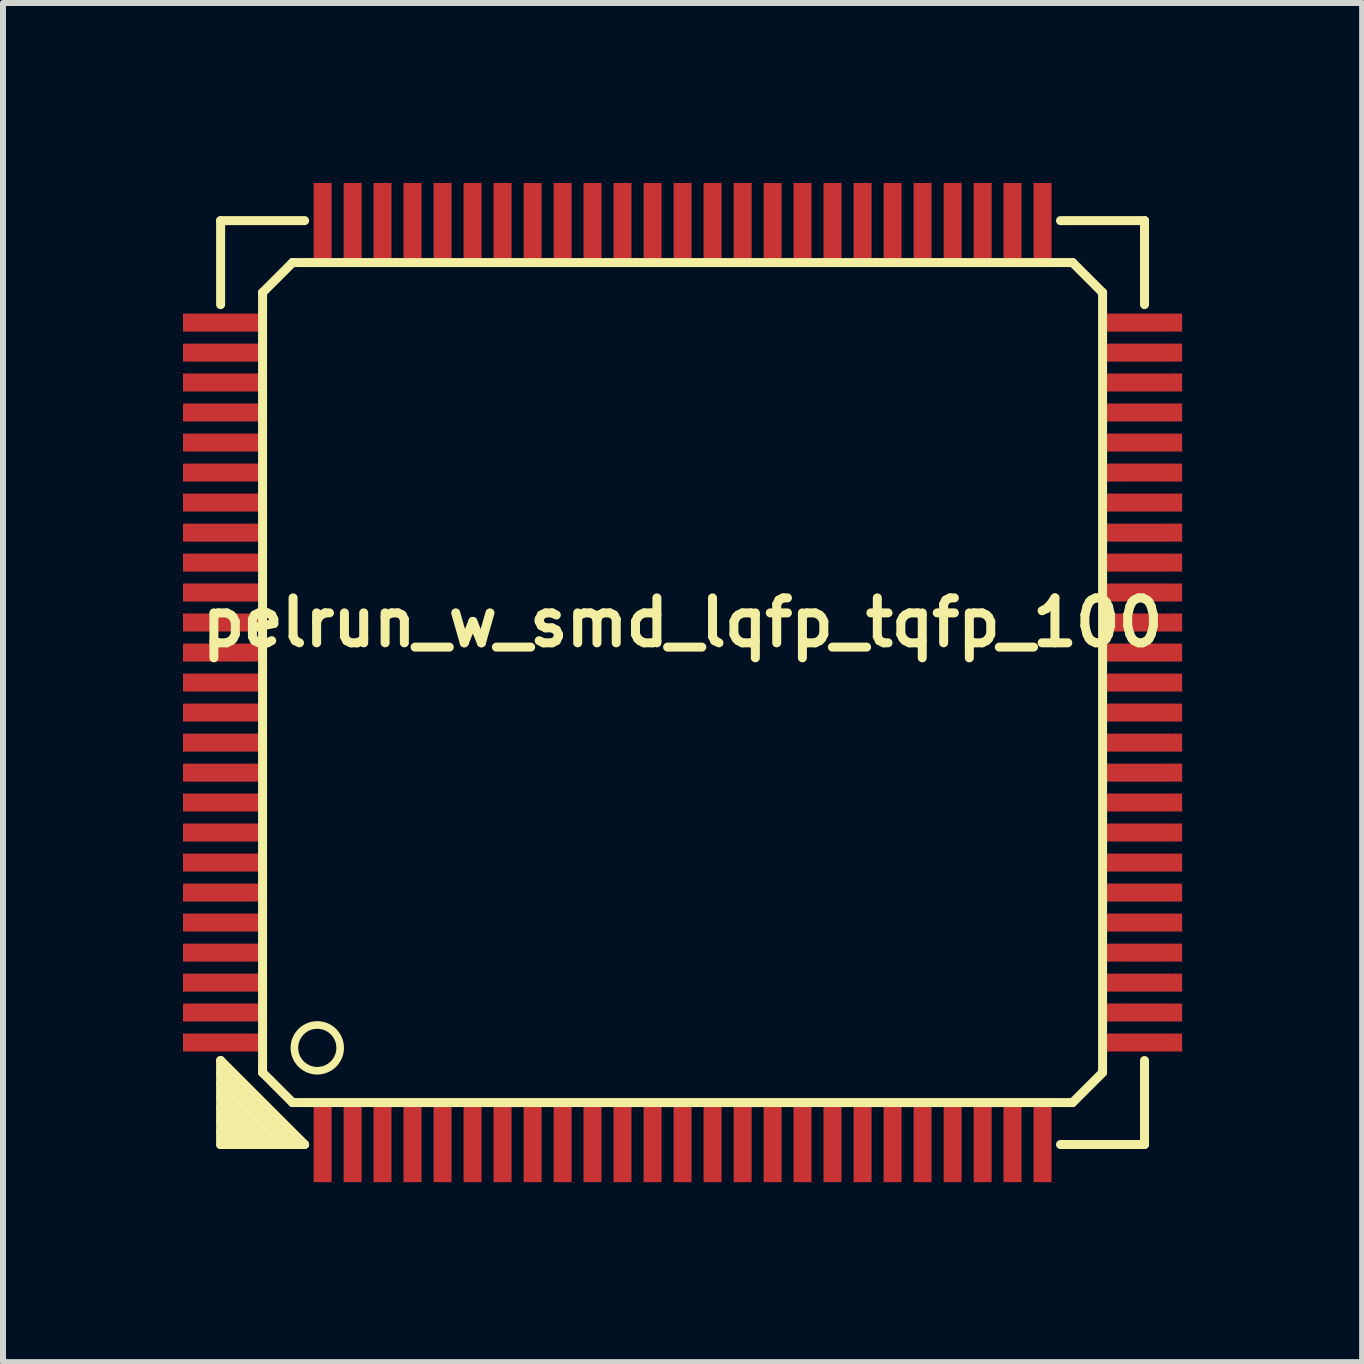
<source format=kicad_pcb>
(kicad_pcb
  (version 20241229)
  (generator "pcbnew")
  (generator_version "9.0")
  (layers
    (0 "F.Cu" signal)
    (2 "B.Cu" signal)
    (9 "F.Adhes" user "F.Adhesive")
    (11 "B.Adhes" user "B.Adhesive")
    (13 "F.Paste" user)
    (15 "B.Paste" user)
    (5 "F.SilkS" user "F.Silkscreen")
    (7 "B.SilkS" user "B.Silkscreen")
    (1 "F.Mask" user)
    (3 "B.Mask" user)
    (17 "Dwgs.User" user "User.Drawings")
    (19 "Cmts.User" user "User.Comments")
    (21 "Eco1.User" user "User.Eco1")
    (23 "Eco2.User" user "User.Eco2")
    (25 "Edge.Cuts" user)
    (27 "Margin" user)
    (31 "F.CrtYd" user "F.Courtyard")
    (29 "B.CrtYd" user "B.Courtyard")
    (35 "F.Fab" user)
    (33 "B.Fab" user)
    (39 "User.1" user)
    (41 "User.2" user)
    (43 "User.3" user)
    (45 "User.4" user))
  (footprint "pelrun_w_smd_lqfp_tqfp_100"
    (layer "F.Cu")
    (at 8.326 8.326)
    (property "Reference" "pelrun_w_smd_lqfp_tqfp_100" (at 0 -1.001 0) (layer "F.SilkS") (effects (font (size 0.749 0.749) (thickness 0.15))))
    (attr through_hole)
    (fp_line (start -7.699 -7.699) (end -6.299 -7.699) (stroke (width 0.15) (type solid)) (layer "F.SilkS"))
    (fp_line (start -7.699 -6.299) (end -7.699 -7.699) (stroke (width 0.15) (type solid)) (layer "F.SilkS"))
    (fp_line (start -7.699 6.299) (end -6.299 7.699) (stroke (width 0.15) (type solid)) (layer "F.SilkS"))
    (fp_line (start -7.699 6.701) (end -6.701 7.699) (stroke (width 0.15) (type solid)) (layer "F.SilkS"))
    (fp_line (start -7.699 7.099) (end -7.099 7.699) (stroke (width 0.15) (type solid)) (layer "F.SilkS"))
    (fp_line (start -7.699 7.501) (end -7.501 7.699) (stroke (width 0.15) (type solid)) (layer "F.SilkS"))
    (fp_line (start -7.699 7.699) (end -7.699 6.299) (stroke (width 0.15) (type solid)) (layer "F.SilkS"))
    (fp_line (start -7.3 7.699) (end -7.699 7.3) (stroke (width 0.15) (type solid)) (layer "F.SilkS"))
    (fp_line (start -7 -6.5) (end -6.5 -7) (stroke (width 0.15) (type solid)) (layer "F.SilkS"))
    (fp_line (start -7 6.5) (end -7 -6.5) (stroke (width 0.15) (type solid)) (layer "F.SilkS"))
    (fp_line (start -6.901 7.699) (end -7.699 6.901) (stroke (width 0.15) (type solid)) (layer "F.SilkS"))
    (fp_line (start -6.5 -7) (end 6.5 -7) (stroke (width 0.15) (type solid)) (layer "F.SilkS"))
    (fp_line (start -6.5 7) (end -7 6.5) (stroke (width 0.15) (type solid)) (layer "F.SilkS"))
    (fp_line (start -6.5 7.699) (end -7.699 6.5) (stroke (width 0.15) (type solid)) (layer "F.SilkS"))
    (fp_line (start -6.299 7.699) (end -7.699 7.699) (stroke (width 0.15) (type solid)) (layer "F.SilkS"))
    (fp_line (start 6.299 -7.699) (end 7.699 -7.699) (stroke (width 0.15) (type solid)) (layer "F.SilkS"))
    (fp_line (start 6.5 -7) (end 7 -6.5) (stroke (width 0.15) (type solid)) (layer "F.SilkS"))
    (fp_line (start 6.5 7) (end -6.5 7) (stroke (width 0.15) (type solid)) (layer "F.SilkS"))
    (fp_line (start 7 -6.5) (end 7 6.5) (stroke (width 0.15) (type solid)) (layer "F.SilkS"))
    (fp_line (start 7 6.5) (end 6.5 7) (stroke (width 0.15) (type solid)) (layer "F.SilkS"))
    (fp_line (start 7.699 -7.699) (end 7.699 -6.401) (stroke (width 0.15) (type solid)) (layer "F.SilkS"))
    (fp_line (start 7.699 -6.401) (end 7.699 -6.299) (stroke (width 0.15) (type solid)) (layer "F.SilkS"))
    (fp_line (start 7.699 6.299) (end 7.699 7.699) (stroke (width 0.15) (type solid)) (layer "F.SilkS"))
    (fp_line (start 7.699 7.699) (end 6.299 7.699) (stroke (width 0.15) (type solid)) (layer "F.SilkS"))
    (fp_circle (center -6.088 6.088) (end -6.317 6.393) (stroke (width 0.127) (type solid)) (fill no) (layer "F.SilkS"))
    (pad "1" smd rect (at -5.999 7.676) (size 0.3 1.3) (layers "F.Cu" "F.Mask" "F.Paste"))
    (pad "2" smd rect (at -5.499 7.676) (size 0.3 1.3) (layers "F.Cu" "F.Mask" "F.Paste"))
    (pad "3" smd rect (at -5.001 7.676) (size 0.3 1.3) (layers "F.Cu" "F.Mask" "F.Paste"))
    (pad "4" smd rect (at -4.501 7.676) (size 0.3 1.3) (layers "F.Cu" "F.Mask" "F.Paste"))
    (pad "5" smd rect (at -4 7.676) (size 0.3 1.3) (layers "F.Cu" "F.Mask" "F.Paste"))
    (pad "6" smd rect (at -3.5 7.676) (size 0.3 1.3) (layers "F.Cu" "F.Mask" "F.Paste"))
    (pad "7" smd rect (at -3 7.676) (size 0.3 1.3) (layers "F.Cu" "F.Mask" "F.Paste"))
    (pad "8" smd rect (at -2.499 7.676) (size 0.3 1.3) (layers "F.Cu" "F.Mask" "F.Paste"))
    (pad "9" smd rect (at -1.999 7.676) (size 0.3 1.3) (layers "F.Cu" "F.Mask" "F.Paste"))
    (pad "10" smd rect (at -1.501 7.676) (size 0.3 1.3) (layers "F.Cu" "F.Mask" "F.Paste"))
    (pad "11" smd rect (at -1.001 7.676) (size 0.3 1.3) (layers "F.Cu" "F.Mask" "F.Paste"))
    (pad "12" smd rect (at -0.5 7.676) (size 0.3 1.3) (layers "F.Cu" "F.Mask" "F.Paste"))
    (pad "13" smd rect (at 0 7.676) (size 0.3 1.3) (layers "F.Cu" "F.Mask" "F.Paste"))
    (pad "14" smd rect (at 0.5 7.676) (size 0.3 1.3) (layers "F.Cu" "F.Mask" "F.Paste"))
    (pad "15" smd rect (at 1.001 7.676) (size 0.3 1.3) (layers "F.Cu" "F.Mask" "F.Paste"))
    (pad "16" smd rect (at 1.501 7.676) (size 0.3 1.3) (layers "F.Cu" "F.Mask" "F.Paste"))
    (pad "17" smd rect (at 1.999 7.676) (size 0.3 1.3) (layers "F.Cu" "F.Mask" "F.Paste"))
    (pad "18" smd rect (at 2.499 7.676) (size 0.3 1.3) (layers "F.Cu" "F.Mask" "F.Paste"))
    (pad "19" smd rect (at 3 7.676) (size 0.3 1.3) (layers "F.Cu" "F.Mask" "F.Paste"))
    (pad "20" smd rect (at 3.5 7.676) (size 0.3 1.3) (layers "F.Cu" "F.Mask" "F.Paste"))
    (pad "21" smd rect (at 4 7.676) (size 0.3 1.3) (layers "F.Cu" "F.Mask" "F.Paste"))
    (pad "22" smd rect (at 4.501 7.676) (size 0.3 1.3) (layers "F.Cu" "F.Mask" "F.Paste"))
    (pad "23" smd rect (at 5.001 7.676) (size 0.3 1.3) (layers "F.Cu" "F.Mask" "F.Paste"))
    (pad "24" smd rect (at 5.499 7.676) (size 0.3 1.3) (layers "F.Cu" "F.Mask" "F.Paste"))
    (pad "25" smd rect (at 5.999 7.676) (size 0.3 1.3) (layers "F.Cu" "F.Mask" "F.Paste"))
    (pad "26" smd rect (at 7.676 5.999) (size 1.3 0.3) (layers "F.Cu" "F.Mask" "F.Paste"))
    (pad "27" smd rect (at 7.676 5.499) (size 1.3 0.3) (layers "F.Cu" "F.Mask" "F.Paste"))
    (pad "28" smd rect (at 7.676 5.001) (size 1.3 0.3) (layers "F.Cu" "F.Mask" "F.Paste"))
    (pad "29" smd rect (at 7.676 4.501) (size 1.3 0.3) (layers "F.Cu" "F.Mask" "F.Paste"))
    (pad "30" smd rect (at 7.676 4) (size 1.3 0.3) (layers "F.Cu" "F.Mask" "F.Paste"))
    (pad "31" smd rect (at 7.676 3.5) (size 1.3 0.3) (layers "F.Cu" "F.Mask" "F.Paste"))
    (pad "32" smd rect (at 7.676 3) (size 1.3 0.3) (layers "F.Cu" "F.Mask" "F.Paste"))
    (pad "33" smd rect (at 7.676 2.499) (size 1.3 0.3) (layers "F.Cu" "F.Mask" "F.Paste"))
    (pad "34" smd rect (at 7.676 1.999) (size 1.3 0.3) (layers "F.Cu" "F.Mask" "F.Paste"))
    (pad "35" smd rect (at 7.676 1.501) (size 1.3 0.3) (layers "F.Cu" "F.Mask" "F.Paste"))
    (pad "36" smd rect (at 7.676 1.001) (size 1.3 0.3) (layers "F.Cu" "F.Mask" "F.Paste"))
    (pad "37" smd rect (at 7.676 0.5) (size 1.3 0.3) (layers "F.Cu" "F.Mask" "F.Paste"))
    (pad "38" smd rect (at 7.676 0) (size 1.3 0.3) (layers "F.Cu" "F.Mask" "F.Paste"))
    (pad "39" smd rect (at 7.676 -0.5) (size 1.3 0.3) (layers "F.Cu" "F.Mask" "F.Paste"))
    (pad "40" smd rect (at 7.676 -1.001) (size 1.3 0.3) (layers "F.Cu" "F.Mask" "F.Paste"))
    (pad "41" smd rect (at 7.676 -1.501) (size 1.3 0.3) (layers "F.Cu" "F.Mask" "F.Paste"))
    (pad "42" smd rect (at 7.676 -1.999) (size 1.3 0.3) (layers "F.Cu" "F.Mask" "F.Paste"))
    (pad "43" smd rect (at 7.676 -2.499) (size 1.3 0.3) (layers "F.Cu" "F.Mask" "F.Paste"))
    (pad "44" smd rect (at 7.676 -3) (size 1.3 0.3) (layers "F.Cu" "F.Mask" "F.Paste"))
    (pad "45" smd rect (at 7.676 -3.5) (size 1.3 0.3) (layers "F.Cu" "F.Mask" "F.Paste"))
    (pad "46" smd rect (at 7.676 -4) (size 1.3 0.3) (layers "F.Cu" "F.Mask" "F.Paste"))
    (pad "47" smd rect (at 7.676 -4.501) (size 1.3 0.3) (layers "F.Cu" "F.Mask" "F.Paste"))
    (pad "48" smd rect (at 7.676 -5.001) (size 1.3 0.3) (layers "F.Cu" "F.Mask" "F.Paste"))
    (pad "49" smd rect (at 7.676 -5.499) (size 1.3 0.3) (layers "F.Cu" "F.Mask" "F.Paste"))
    (pad "50" smd rect (at 7.676 -5.999) (size 1.3 0.3) (layers "F.Cu" "F.Mask" "F.Paste"))
    (pad "51" smd rect (at 5.999 -7.676) (size 0.3 1.3) (layers "F.Cu" "F.Mask" "F.Paste"))
    (pad "52" smd rect (at 5.499 -7.676) (size 0.3 1.3) (layers "F.Cu" "F.Mask" "F.Paste"))
    (pad "53" smd rect (at 5.001 -7.676) (size 0.3 1.3) (layers "F.Cu" "F.Mask" "F.Paste"))
    (pad "54" smd rect (at 4.501 -7.676) (size 0.3 1.3) (layers "F.Cu" "F.Mask" "F.Paste"))
    (pad "55" smd rect (at 4 -7.676) (size 0.3 1.3) (layers "F.Cu" "F.Mask" "F.Paste"))
    (pad "56" smd rect (at 3.5 -7.676) (size 0.3 1.3) (layers "F.Cu" "F.Mask" "F.Paste"))
    (pad "57" smd rect (at 3 -7.676) (size 0.3 1.3) (layers "F.Cu" "F.Mask" "F.Paste"))
    (pad "58" smd rect (at 2.499 -7.676) (size 0.3 1.3) (layers "F.Cu" "F.Mask" "F.Paste"))
    (pad "59" smd rect (at 1.999 -7.676) (size 0.3 1.3) (layers "F.Cu" "F.Mask" "F.Paste"))
    (pad "60" smd rect (at 1.501 -7.676) (size 0.3 1.3) (layers "F.Cu" "F.Mask" "F.Paste"))
    (pad "61" smd rect (at 1.001 -7.676) (size 0.3 1.3) (layers "F.Cu" "F.Mask" "F.Paste"))
    (pad "62" smd rect (at 0.5 -7.676) (size 0.3 1.3) (layers "F.Cu" "F.Mask" "F.Paste"))
    (pad "63" smd rect (at 0 -7.676) (size 0.3 1.3) (layers "F.Cu" "F.Mask" "F.Paste"))
    (pad "64" smd rect (at -0.5 -7.676) (size 0.3 1.3) (layers "F.Cu" "F.Mask" "F.Paste"))
    (pad "65" smd rect (at -1.001 -7.676) (size 0.3 1.3) (layers "F.Cu" "F.Mask" "F.Paste"))
    (pad "66" smd rect (at -1.501 -7.676) (size 0.3 1.3) (layers "F.Cu" "F.Mask" "F.Paste"))
    (pad "67" smd rect (at -1.999 -7.676) (size 0.3 1.3) (layers "F.Cu" "F.Mask" "F.Paste"))
    (pad "68" smd rect (at -2.499 -7.676) (size 0.3 1.3) (layers "F.Cu" "F.Mask" "F.Paste"))
    (pad "69" smd rect (at -3 -7.676) (size 0.3 1.3) (layers "F.Cu" "F.Mask" "F.Paste"))
    (pad "70" smd rect (at -3.5 -7.676) (size 0.3 1.3) (layers "F.Cu" "F.Mask" "F.Paste"))
    (pad "71" smd rect (at -4 -7.676) (size 0.3 1.3) (layers "F.Cu" "F.Mask" "F.Paste"))
    (pad "72" smd rect (at -4.501 -7.676) (size 0.3 1.3) (layers "F.Cu" "F.Mask" "F.Paste"))
    (pad "73" smd rect (at -5.001 -7.676) (size 0.3 1.3) (layers "F.Cu" "F.Mask" "F.Paste"))
    (pad "74" smd rect (at -5.499 -7.676) (size 0.3 1.3) (layers "F.Cu" "F.Mask" "F.Paste"))
    (pad "75" smd rect (at -5.999 -7.676) (size 0.3 1.3) (layers "F.Cu" "F.Mask" "F.Paste"))
    (pad "76" smd rect (at -7.676 -5.999) (size 1.3 0.3) (layers "F.Cu" "F.Mask" "F.Paste"))
    (pad "77" smd rect (at -7.676 -5.499) (size 1.3 0.3) (layers "F.Cu" "F.Mask" "F.Paste"))
    (pad "78" smd rect (at -7.676 -5.001) (size 1.3 0.3) (layers "F.Cu" "F.Mask" "F.Paste"))
    (pad "79" smd rect (at -7.676 -4.501) (size 1.3 0.3) (layers "F.Cu" "F.Mask" "F.Paste"))
    (pad "80" smd rect (at -7.676 -4) (size 1.3 0.3) (layers "F.Cu" "F.Mask" "F.Paste"))
    (pad "81" smd rect (at -7.676 -3.5) (size 1.3 0.3) (layers "F.Cu" "F.Mask" "F.Paste"))
    (pad "82" smd rect (at -7.676 -3) (size 1.3 0.3) (layers "F.Cu" "F.Mask" "F.Paste"))
    (pad "83" smd rect (at -7.676 -2.499) (size 1.3 0.3) (layers "F.Cu" "F.Mask" "F.Paste"))
    (pad "84" smd rect (at -7.676 -1.999) (size 1.3 0.3) (layers "F.Cu" "F.Mask" "F.Paste"))
    (pad "85" smd rect (at -7.676 -1.501) (size 1.3 0.3) (layers "F.Cu" "F.Mask" "F.Paste"))
    (pad "86" smd rect (at -7.676 -1.001) (size 1.3 0.3) (layers "F.Cu" "F.Mask" "F.Paste"))
    (pad "87" smd rect (at -7.676 -0.5) (size 1.3 0.3) (layers "F.Cu" "F.Mask" "F.Paste"))
    (pad "88" smd rect (at -7.676 0) (size 1.3 0.3) (layers "F.Cu" "F.Mask" "F.Paste"))
    (pad "89" smd rect (at -7.676 0.5) (size 1.3 0.3) (layers "F.Cu" "F.Mask" "F.Paste"))
    (pad "90" smd rect (at -7.676 1.001) (size 1.3 0.3) (layers "F.Cu" "F.Mask" "F.Paste"))
    (pad "91" smd rect (at -7.676 1.501) (size 1.3 0.3) (layers "F.Cu" "F.Mask" "F.Paste"))
    (pad "92" smd rect (at -7.676 1.999) (size 1.3 0.3) (layers "F.Cu" "F.Mask" "F.Paste"))
    (pad "93" smd rect (at -7.676 2.499) (size 1.3 0.3) (layers "F.Cu" "F.Mask" "F.Paste"))
    (pad "94" smd rect (at -7.676 3) (size 1.3 0.3) (layers "F.Cu" "F.Mask" "F.Paste"))
    (pad "95" smd rect (at -7.676 3.5) (size 1.3 0.3) (layers "F.Cu" "F.Mask" "F.Paste"))
    (pad "96" smd rect (at -7.676 4) (size 1.3 0.3) (layers "F.Cu" "F.Mask" "F.Paste"))
    (pad "97" smd rect (at -7.676 4.501) (size 1.3 0.3) (layers "F.Cu" "F.Mask" "F.Paste"))
    (pad "98" smd rect (at -7.676 5.001) (size 1.3 0.3) (layers "F.Cu" "F.Mask" "F.Paste"))
    (pad "99" smd rect (at -7.676 5.499) (size 1.3 0.3) (layers "F.Cu" "F.Mask" "F.Paste"))
    (pad "100" smd rect (at -7.676 5.999) (size 1.3 0.3) (layers "F.Cu" "F.Mask" "F.Paste")))
  (gr_rect
    (start -3 -3)
    (end 19.652 19.652)
    (stroke (width 0.1) (type default))
    (fill no)
    (layer "Edge.Cuts")))
</source>
